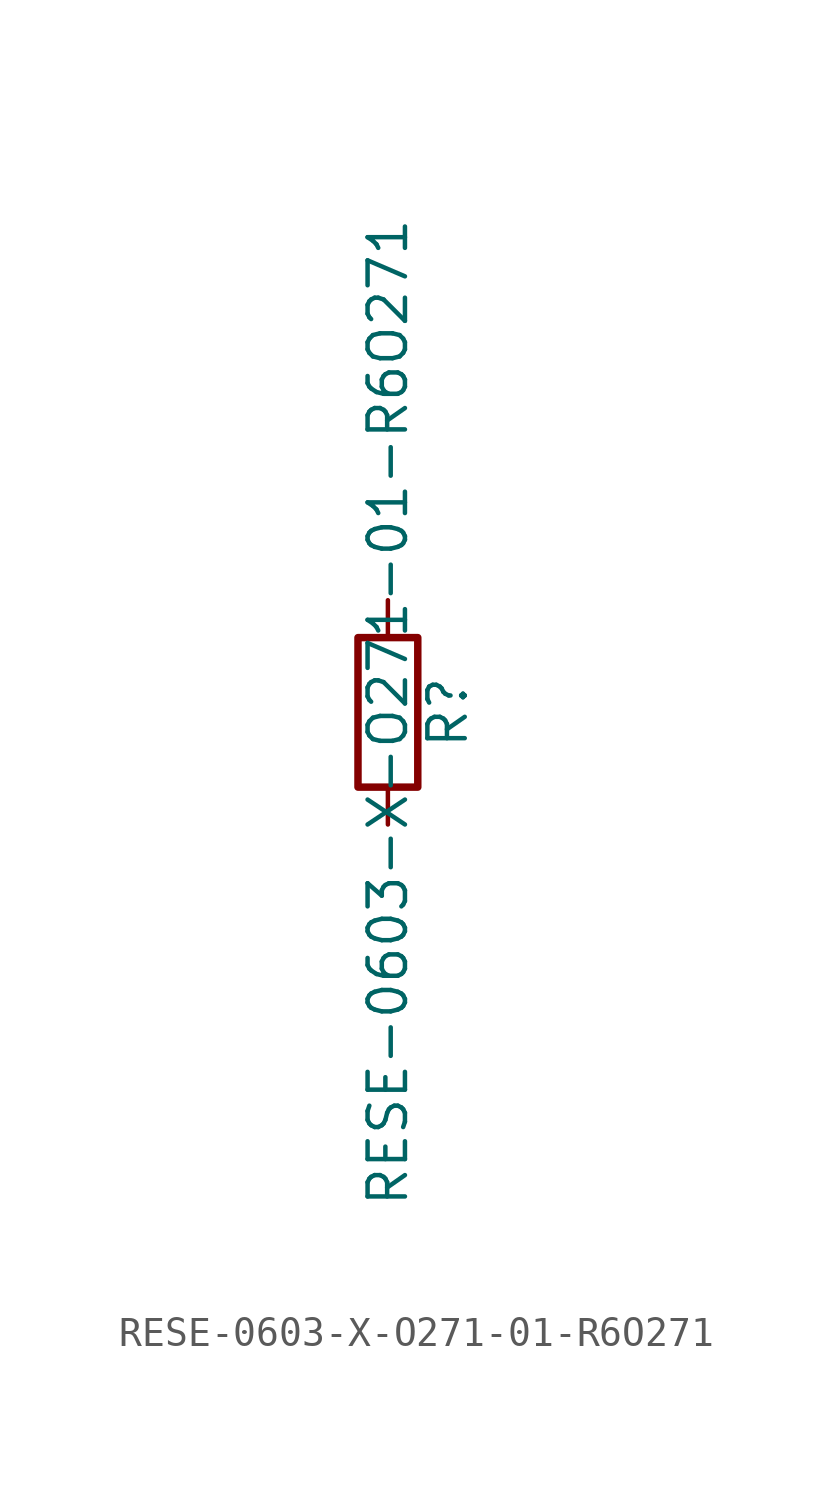
<source format=kicad_sym>
(kicad_symbol_lib
  (version 20211014)
  (generator kicad_symbol_editor)
  (symbol "RESE-0603-X-O271-01-R6O271"
    (pin_numbers hide)
    (pin_names
      (offset 0))
    (property "Reference" "R"
      (at 2.032 0 90)
      (effects (font (size 1.27 1.27))))
    (property "Value" "RESE-0603-X-O271-01-R6O271"
      (at 0 0 90)
      (effects (font (size 1.27 1.27))))
    (symbol "RESE-0603-X-O271-01-R6O271_0_1"
      (rectangle (start -1.016 -2.54) (end 1.016 2.54) (stroke (width 0.254) (type default) (color 0 0 0 0)) (fill (type none))))
    (symbol "RESE-0603-X-O271-01-R6O271_1_1"
      (pin passive line (at 0 3.81 270) (length 1.27) (name "~" (effects (font (size 1.27 1.27)))) (number "1" (effects (font (size 1.27 1.27)))))
      (pin passive line (at 0 -3.81 90) (length 1.27) (name "~" (effects (font (size 1.27 1.27)))) (number "2" (effects (font (size 1.27 1.27))))))))
</source>
